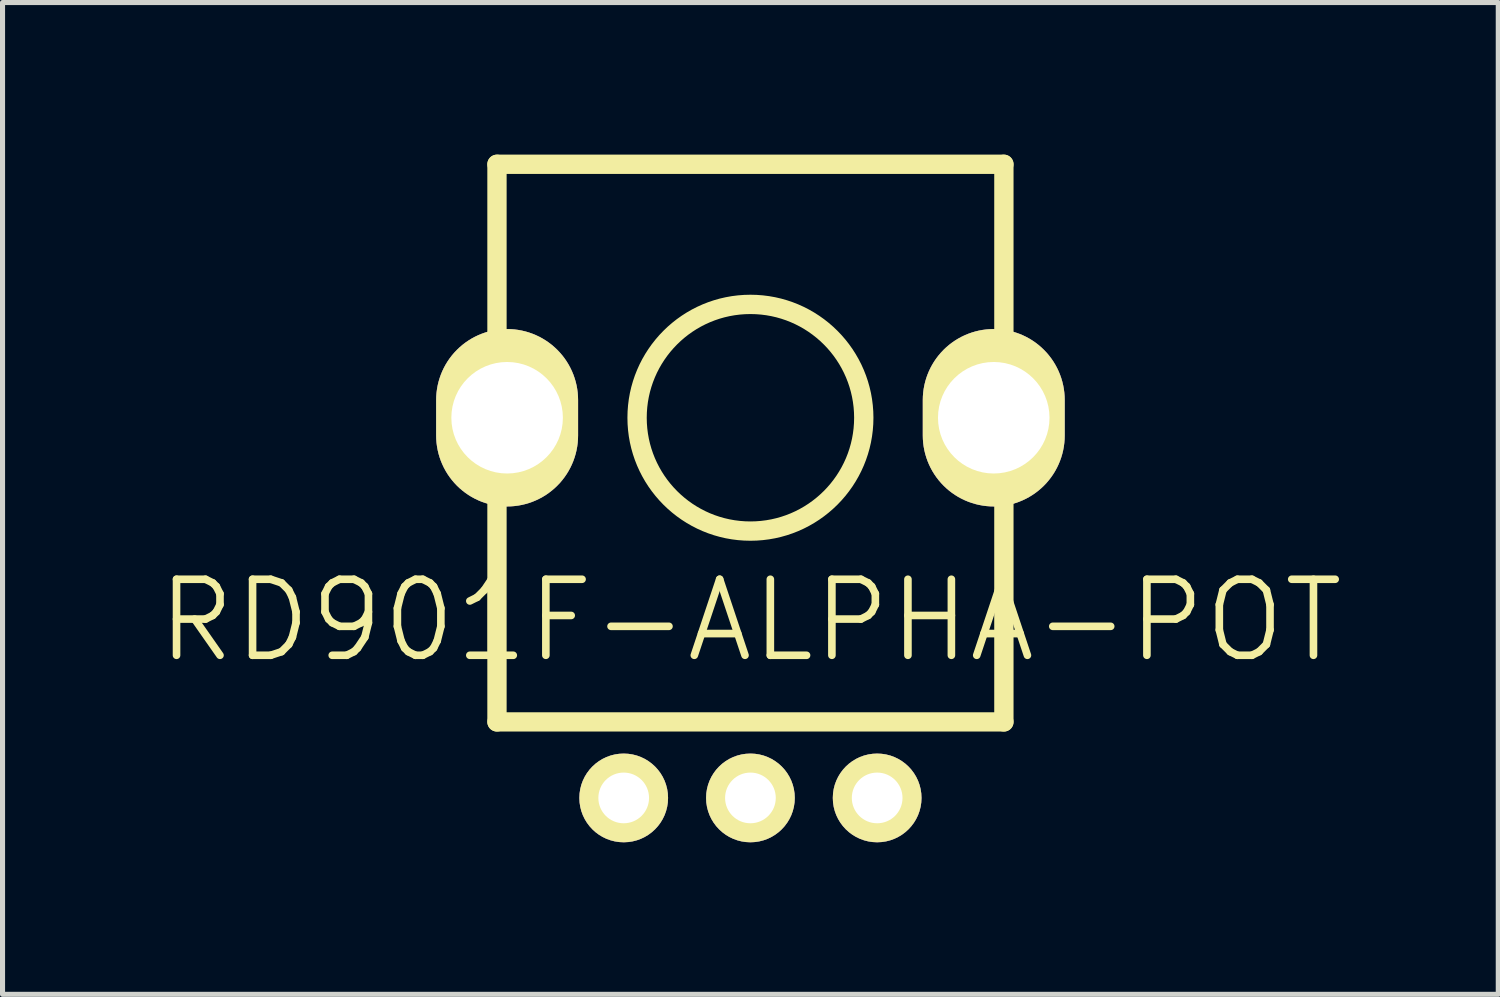
<source format=kicad_pcb>
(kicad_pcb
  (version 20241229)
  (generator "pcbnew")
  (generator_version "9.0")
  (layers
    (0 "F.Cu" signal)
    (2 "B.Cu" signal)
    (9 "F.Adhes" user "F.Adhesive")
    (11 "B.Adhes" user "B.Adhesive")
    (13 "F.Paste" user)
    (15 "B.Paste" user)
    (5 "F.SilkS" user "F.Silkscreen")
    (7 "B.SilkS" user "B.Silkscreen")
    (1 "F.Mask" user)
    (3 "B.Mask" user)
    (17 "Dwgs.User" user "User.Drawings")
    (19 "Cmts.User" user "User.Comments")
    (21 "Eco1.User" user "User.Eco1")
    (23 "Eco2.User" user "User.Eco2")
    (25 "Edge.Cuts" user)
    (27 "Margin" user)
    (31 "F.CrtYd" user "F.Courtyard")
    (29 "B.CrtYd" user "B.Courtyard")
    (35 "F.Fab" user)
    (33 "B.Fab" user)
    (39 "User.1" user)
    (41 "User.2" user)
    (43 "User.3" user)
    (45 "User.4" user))
  (footprint "RD901F-ALPHA-POT"
    (layer "F.Cu")
    (at 11.754 5.191)
    (property "Reference" "RD901F-ALPHA-POT" (at 0 4 0) (layer "F.SilkS") (effects (font (size 1.5 1.5) (thickness 0.15))))
    (attr through_hole)
    (fp_line (start -5 -5) (end 5 -5) (stroke (width 0.381) (type solid)) (layer "F.SilkS"))
    (fp_line (start -5 0) (end -5 -5) (stroke (width 0.381) (type solid)) (layer "F.SilkS"))
    (fp_line (start -5 6) (end -5 0) (stroke (width 0.381) (type solid)) (layer "F.SilkS"))
    (fp_line (start 5 -5) (end 5 6) (stroke (width 0.381) (type solid)) (layer "F.SilkS"))
    (fp_line (start 5 6) (end -5 6) (stroke (width 0.381) (type solid)) (layer "F.SilkS"))
    (fp_circle (center 0 0) (end 1 2) (stroke (width 0.381) (type solid)) (fill no) (layer "F.SilkS"))
    (pad "" thru_hole oval (at -4.8 0) (size 2.8 3.5) (drill 2.2) (layers "*.Cu" "*.Mask" "F.SilkS"))
    (pad "" thru_hole oval (at 4.8 0) (size 2.8 3.5) (drill 2.2) (layers "*.Cu" "*.Mask" "F.SilkS"))
    (pad "1" thru_hole circle (at 2.5 7.5) (size 1.75 1.75) (drill 1) (layers "*.Cu" "*.Mask" "F.SilkS"))
    (pad "2" thru_hole circle (at 0 7.5) (size 1.75 1.75) (drill 1) (layers "*.Cu" "*.Mask" "F.SilkS"))
    (pad "3" thru_hole circle (at -2.5 7.5) (size 1.75 1.75) (drill 1) (layers "*.Cu" "*.Mask" "F.SilkS")))
  (gr_rect
    (start -3 -3)
    (end 26.507 16.566)
    (stroke (width 0.1) (type default))
    (fill no)
    (layer "Edge.Cuts")))
</source>
